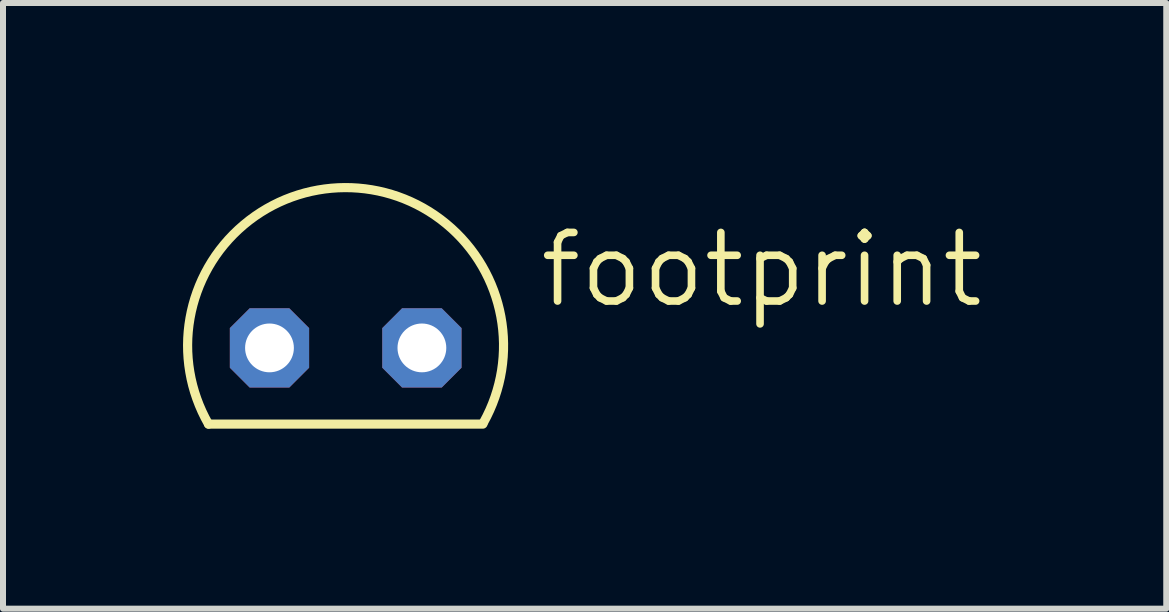
<source format=kicad_pcb>
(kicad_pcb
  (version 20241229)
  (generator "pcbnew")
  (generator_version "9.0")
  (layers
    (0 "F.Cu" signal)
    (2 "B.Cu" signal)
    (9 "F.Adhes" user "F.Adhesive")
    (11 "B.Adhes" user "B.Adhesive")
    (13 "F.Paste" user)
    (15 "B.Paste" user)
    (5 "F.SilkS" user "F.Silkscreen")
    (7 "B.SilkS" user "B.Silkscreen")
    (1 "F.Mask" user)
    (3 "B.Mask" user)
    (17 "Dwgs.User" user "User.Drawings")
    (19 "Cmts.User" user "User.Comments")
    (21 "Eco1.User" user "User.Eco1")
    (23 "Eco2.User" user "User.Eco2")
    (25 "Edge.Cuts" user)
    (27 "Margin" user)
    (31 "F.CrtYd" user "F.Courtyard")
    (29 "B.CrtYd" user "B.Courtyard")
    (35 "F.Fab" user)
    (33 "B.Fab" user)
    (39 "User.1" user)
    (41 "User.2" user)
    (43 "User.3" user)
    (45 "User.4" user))
  (footprint "footprint"
    (layer "F.Cu")
    (at 2.711 2.748)
    (property "Reference" "footprint" (at 3.175 -0.635 0) (layer "F.SilkS") (effects (font (size 1.143 1.143) (thickness 0.127)) (justify left bottom)))
    (fp_line (start -2.286 1.27) (end 2.286 1.27) (stroke (width 0.152) (type solid)) (layer "F.SilkS"))
    (fp_arc (start -2.286 1.27) (mid -0.014634 -2.671337) (end 2.295501 1.247402) (stroke (width 0.1524) (type solid)) (layer "F.SilkS"))
    (pad "A" thru_hole roundrect (at 1.27 0) (size 1.321 1.321) (drill 0.813) (layers "*.Cu" "*.Mask") (roundrect_rratio 0.25) (chamfer_ratio 0.25) (chamfer top_left top_right bottom_left bottom_right))
    (pad "C" thru_hole roundrect (at -1.27 0) (size 1.321 1.321) (drill 0.813) (layers "*.Cu" "*.Mask") (roundrect_rratio 0.25) (chamfer_ratio 0.25) (chamfer top_left top_right bottom_left bottom_right)))
  (gr_rect
    (start -3 -3)
    (end 16.386 7.094)
    (stroke (width 0.1) (type default))
    (fill no)
    (layer "Edge.Cuts")))
</source>
